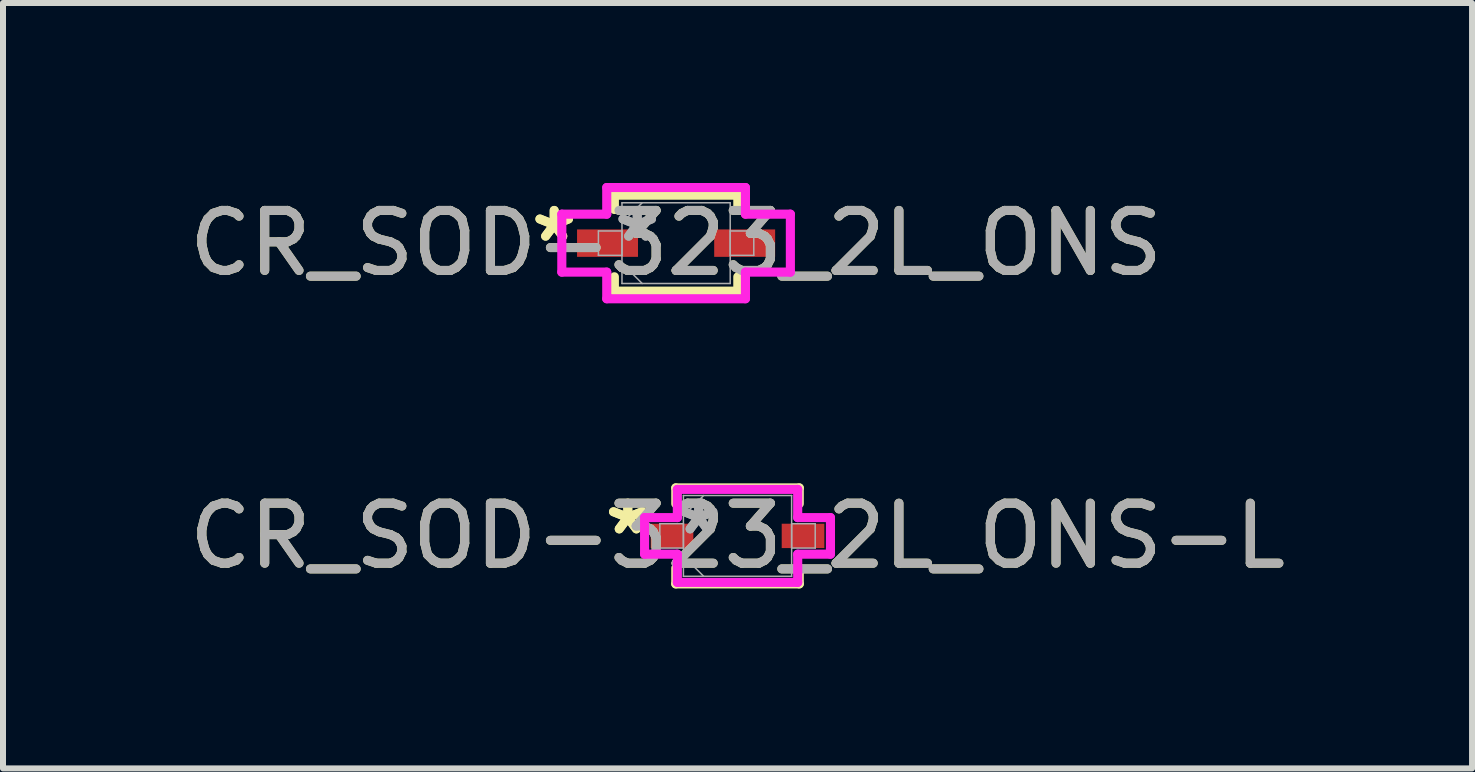
<source format=kicad_pcb>
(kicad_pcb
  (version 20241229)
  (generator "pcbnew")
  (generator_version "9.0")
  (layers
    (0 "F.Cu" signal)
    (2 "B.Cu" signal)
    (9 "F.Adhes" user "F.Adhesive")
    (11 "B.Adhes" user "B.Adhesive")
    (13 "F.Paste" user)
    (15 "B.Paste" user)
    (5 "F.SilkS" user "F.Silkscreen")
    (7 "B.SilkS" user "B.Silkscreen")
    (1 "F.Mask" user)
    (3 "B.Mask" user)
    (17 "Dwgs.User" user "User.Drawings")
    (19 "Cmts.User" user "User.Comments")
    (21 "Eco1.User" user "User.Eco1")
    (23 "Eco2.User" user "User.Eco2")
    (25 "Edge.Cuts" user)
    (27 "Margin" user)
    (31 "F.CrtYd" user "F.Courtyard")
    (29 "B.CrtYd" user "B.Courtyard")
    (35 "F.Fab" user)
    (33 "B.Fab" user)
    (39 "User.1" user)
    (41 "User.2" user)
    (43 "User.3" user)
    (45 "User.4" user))
  (footprint "CR_SOD-323_2L_ONS-L"
    (layer "F.Cu")
    (at 9.244 5.883)
    (property "Reference" "CR_SOD-323_2L_ONS-L" (at 0 0 0) (unlocked yes) (layer "F.SilkS") (effects (font (size 1 1) (thickness 0.15))))
    (attr smd)
    (fp_line (start -1.029 -0.8) (end -1.029 -0.536) (stroke (width 0.152) (type solid)) (layer "F.SilkS"))
    (fp_line (start -1.029 0.536) (end -1.029 0.8) (stroke (width 0.152) (type solid)) (layer "F.SilkS"))
    (fp_line (start -1.029 0.8) (end 1.029 0.8) (stroke (width 0.152) (type solid)) (layer "F.SilkS"))
    (fp_line (start 1.029 -0.8) (end -1.029 -0.8) (stroke (width 0.152) (type solid)) (layer "F.SilkS"))
    (fp_line (start 1.029 -0.536) (end 1.029 -0.8) (stroke (width 0.152) (type solid)) (layer "F.SilkS"))
    (fp_line (start 1.029 0.8) (end 1.029 0.536) (stroke (width 0.152) (type solid)) (layer "F.SilkS"))
    (fp_line (start -1.549 -0.305) (end -1.003 -0.305) (stroke (width 0.152) (type solid)) (layer "F.CrtYd"))
    (fp_line (start -1.549 0.305) (end -1.549 -0.305) (stroke (width 0.152) (type solid)) (layer "F.CrtYd"))
    (fp_line (start -1.003 -0.775) (end 1.003 -0.775) (stroke (width 0.152) (type solid)) (layer "F.CrtYd"))
    (fp_line (start -1.003 -0.305) (end -1.003 -0.775) (stroke (width 0.152) (type solid)) (layer "F.CrtYd"))
    (fp_line (start -1.003 0.305) (end -1.549 0.305) (stroke (width 0.152) (type solid)) (layer "F.CrtYd"))
    (fp_line (start -1.003 0.775) (end -1.003 0.305) (stroke (width 0.152) (type solid)) (layer "F.CrtYd"))
    (fp_line (start 1.003 -0.775) (end 1.003 -0.305) (stroke (width 0.152) (type solid)) (layer "F.CrtYd"))
    (fp_line (start 1.003 -0.305) (end 1.549 -0.305) (stroke (width 0.152) (type solid)) (layer "F.CrtYd"))
    (fp_line (start 1.003 0.305) (end 1.003 0.775) (stroke (width 0.152) (type solid)) (layer "F.CrtYd"))
    (fp_line (start 1.003 0.775) (end -1.003 0.775) (stroke (width 0.152) (type solid)) (layer "F.CrtYd"))
    (fp_line (start 1.549 -0.305) (end 1.549 0.305) (stroke (width 0.152) (type solid)) (layer "F.CrtYd"))
    (fp_line (start 1.549 0.305) (end 1.003 0.305) (stroke (width 0.152) (type solid)) (layer "F.CrtYd"))
    (fp_line (start -1.295 -0.203) (end -1.295 0.203) (stroke (width 0.025) (type solid)) (layer "F.Fab"))
    (fp_line (start -1.295 0.203) (end -0.902 0.203) (stroke (width 0.025) (type solid)) (layer "F.Fab"))
    (fp_line (start -0.902 -0.673) (end -0.902 0.673) (stroke (width 0.025) (type solid)) (layer "F.Fab"))
    (fp_line (start -0.902 -0.337) (end -0.565 -0.673) (stroke (width 0.025) (type solid)) (layer "F.Fab"))
    (fp_line (start -0.902 -0.203) (end -1.295 -0.203) (stroke (width 0.025) (type solid)) (layer "F.Fab"))
    (fp_line (start -0.902 0.203) (end -0.902 -0.203) (stroke (width 0.025) (type solid)) (layer "F.Fab"))
    (fp_line (start -0.902 0.337) (end -0.565 0.673) (stroke (width 0.025) (type solid)) (layer "F.Fab"))
    (fp_line (start -0.902 0.673) (end 0.902 0.673) (stroke (width 0.025) (type solid)) (layer "F.Fab"))
    (fp_line (start 0.902 -0.673) (end -0.902 -0.673) (stroke (width 0.025) (type solid)) (layer "F.Fab"))
    (fp_line (start 0.902 -0.203) (end 0.902 0.203) (stroke (width 0.025) (type solid)) (layer "F.Fab"))
    (fp_line (start 0.902 0.203) (end 1.295 0.203) (stroke (width 0.025) (type solid)) (layer "F.Fab"))
    (fp_line (start 0.902 0.673) (end 0.902 -0.673) (stroke (width 0.025) (type solid)) (layer "F.Fab"))
    (fp_line (start 1.295 -0.203) (end 0.902 -0.203) (stroke (width 0.025) (type solid)) (layer "F.Fab"))
    (fp_line (start 1.295 0.203) (end 1.295 -0.203) (stroke (width 0.025) (type solid)) (layer "F.Fab"))
    (fp_text user "*" (at -1.829 0 0) (layer "F.SilkS") (effects (font (size 1 1) (thickness 0.15))))
    (fp_text user "*" (at -1.829 0 0) (unlocked yes) (layer "F.SilkS") (effects (font (size 1 1) (thickness 0.15))))
    (fp_text user "${REFERENCE}" (at 0 0 0) (unlocked yes) (layer "F.Fab") (effects (font (size 1 1) (thickness 0.15))))
    (fp_text user "*" (at -0.648 0 0) (layer "F.Fab") (effects (font (size 1 1) (thickness 0.15))))
    (fp_text user "*" (at -0.648 0 0) (unlocked yes) (layer "F.Fab") (effects (font (size 1 1) (thickness 0.15))))
    (pad "1" smd rect (at -1.092 0) (size 0.711 0.406) (layers "F.Cu" "F.Mask" "F.Paste"))
    (pad "2" smd rect (at 1.092 0) (size 0.711 0.406) (layers "F.Cu" "F.Mask" "F.Paste")))
  (footprint "CR_SOD-323_2L_ONS"
    (layer "F.Cu")
    (at 8.22 1.003)
    (property "Reference" "CR_SOD-323_2L_ONS" (at 0 0 0) (unlocked yes) (layer "F.SilkS") (effects (font (size 1 1) (thickness 0.15))))
    (attr smd)
    (fp_line (start -1.029 -0.8) (end -1.029 -0.561) (stroke (width 0.152) (type solid)) (layer "F.SilkS"))
    (fp_line (start -1.029 0.561) (end -1.029 0.8) (stroke (width 0.152) (type solid)) (layer "F.SilkS"))
    (fp_line (start -1.029 0.8) (end 1.029 0.8) (stroke (width 0.152) (type solid)) (layer "F.SilkS"))
    (fp_line (start 1.029 -0.8) (end -1.029 -0.8) (stroke (width 0.152) (type solid)) (layer "F.SilkS"))
    (fp_line (start 1.029 -0.561) (end 1.029 -0.8) (stroke (width 0.152) (type solid)) (layer "F.SilkS"))
    (fp_line (start 1.029 0.8) (end 1.029 0.561) (stroke (width 0.152) (type solid)) (layer "F.SilkS"))
    (fp_line (start -1.905 -0.483) (end -1.156 -0.483) (stroke (width 0.152) (type solid)) (layer "F.CrtYd"))
    (fp_line (start -1.905 0.483) (end -1.905 -0.483) (stroke (width 0.152) (type solid)) (layer "F.CrtYd"))
    (fp_line (start -1.156 -0.927) (end 1.156 -0.927) (stroke (width 0.152) (type solid)) (layer "F.CrtYd"))
    (fp_line (start -1.156 -0.483) (end -1.156 -0.927) (stroke (width 0.152) (type solid)) (layer "F.CrtYd"))
    (fp_line (start -1.156 0.483) (end -1.905 0.483) (stroke (width 0.152) (type solid)) (layer "F.CrtYd"))
    (fp_line (start -1.156 0.927) (end -1.156 0.483) (stroke (width 0.152) (type solid)) (layer "F.CrtYd"))
    (fp_line (start 1.156 -0.927) (end 1.156 -0.483) (stroke (width 0.152) (type solid)) (layer "F.CrtYd"))
    (fp_line (start 1.156 -0.483) (end 1.905 -0.483) (stroke (width 0.152) (type solid)) (layer "F.CrtYd"))
    (fp_line (start 1.156 0.483) (end 1.156 0.927) (stroke (width 0.152) (type solid)) (layer "F.CrtYd"))
    (fp_line (start 1.156 0.927) (end -1.156 0.927) (stroke (width 0.152) (type solid)) (layer "F.CrtYd"))
    (fp_line (start 1.905 -0.483) (end 1.905 0.483) (stroke (width 0.152) (type solid)) (layer "F.CrtYd"))
    (fp_line (start 1.905 0.483) (end 1.156 0.483) (stroke (width 0.152) (type solid)) (layer "F.CrtYd"))
    (fp_line (start -1.295 -0.203) (end -1.295 0.203) (stroke (width 0.025) (type solid)) (layer "F.Fab"))
    (fp_line (start -1.295 0.203) (end -0.902 0.203) (stroke (width 0.025) (type solid)) (layer "F.Fab"))
    (fp_line (start -0.902 -0.673) (end -0.902 0.673) (stroke (width 0.025) (type solid)) (layer "F.Fab"))
    (fp_line (start -0.902 -0.337) (end -0.565 -0.673) (stroke (width 0.025) (type solid)) (layer "F.Fab"))
    (fp_line (start -0.902 -0.203) (end -1.295 -0.203) (stroke (width 0.025) (type solid)) (layer "F.Fab"))
    (fp_line (start -0.902 0.203) (end -0.902 -0.203) (stroke (width 0.025) (type solid)) (layer "F.Fab"))
    (fp_line (start -0.902 0.337) (end -0.565 0.673) (stroke (width 0.025) (type solid)) (layer "F.Fab"))
    (fp_line (start -0.902 0.673) (end 0.902 0.673) (stroke (width 0.025) (type solid)) (layer "F.Fab"))
    (fp_line (start 0.902 -0.673) (end -0.902 -0.673) (stroke (width 0.025) (type solid)) (layer "F.Fab"))
    (fp_line (start 0.902 -0.203) (end 0.902 0.203) (stroke (width 0.025) (type solid)) (layer "F.Fab"))
    (fp_line (start 0.902 0.203) (end 1.295 0.203) (stroke (width 0.025) (type solid)) (layer "F.Fab"))
    (fp_line (start 0.902 0.673) (end 0.902 -0.673) (stroke (width 0.025) (type solid)) (layer "F.Fab"))
    (fp_line (start 1.295 -0.203) (end 0.902 -0.203) (stroke (width 0.025) (type solid)) (layer "F.Fab"))
    (fp_line (start 1.295 0.203) (end 1.295 -0.203) (stroke (width 0.025) (type solid)) (layer "F.Fab"))
    (fp_text user "*" (at -2.032 0 0) (unlocked yes) (layer "F.SilkS") (effects (font (size 1 1) (thickness 0.15))))
    (fp_text user "*" (at -2.032 0 0) (layer "F.SilkS") (effects (font (size 1 1) (thickness 0.15))))
    (fp_text user "*" (at -0.648 0 0) (unlocked yes) (layer "F.Fab") (effects (font (size 1 1) (thickness 0.15))))
    (fp_text user "*" (at -0.648 0 0) (layer "F.Fab") (effects (font (size 1 1) (thickness 0.15))))
    (fp_text user "${REFERENCE}" (at 0 0 0) (unlocked yes) (layer "F.Fab") (effects (font (size 1 1) (thickness 0.15))))
    (pad "1" smd rect (at -1.143 0) (size 1.016 0.457) (layers "F.Cu" "F.Mask" "F.Paste"))
    (pad "2" smd rect (at 1.143 0) (size 1.016 0.457) (layers "F.Cu" "F.Mask" "F.Paste")))
  (gr_rect
    (start -3 -3)
    (end 21.488 9.759)
    (stroke (width 0.1) (type default))
    (fill no)
    (layer "Edge.Cuts")))
</source>
